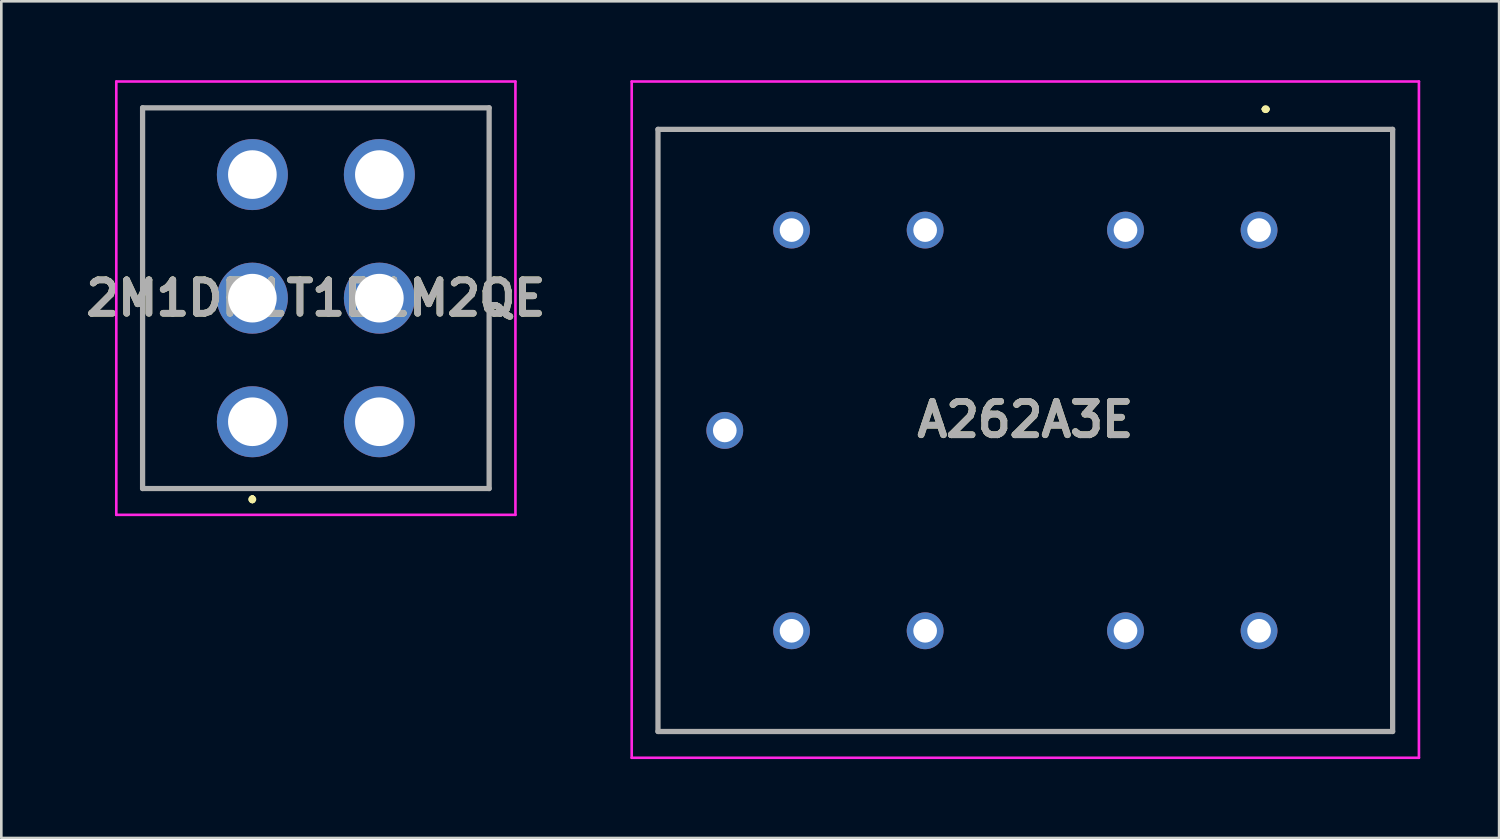
<source format=kicad_pcb>
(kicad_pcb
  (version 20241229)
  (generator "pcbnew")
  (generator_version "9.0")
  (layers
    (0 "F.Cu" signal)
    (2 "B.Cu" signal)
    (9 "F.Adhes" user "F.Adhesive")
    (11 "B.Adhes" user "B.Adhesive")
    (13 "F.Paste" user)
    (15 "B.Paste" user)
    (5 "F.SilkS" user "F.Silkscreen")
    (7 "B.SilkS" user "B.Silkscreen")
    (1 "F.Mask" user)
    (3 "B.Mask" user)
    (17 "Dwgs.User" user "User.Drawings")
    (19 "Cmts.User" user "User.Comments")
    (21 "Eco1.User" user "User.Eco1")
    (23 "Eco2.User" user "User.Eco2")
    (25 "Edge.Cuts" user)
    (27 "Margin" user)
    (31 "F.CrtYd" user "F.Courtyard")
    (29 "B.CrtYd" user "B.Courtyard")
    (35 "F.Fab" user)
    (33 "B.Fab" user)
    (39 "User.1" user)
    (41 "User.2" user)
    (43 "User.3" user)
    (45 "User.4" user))
  (footprint "A262A3E"
    (layer "F.Cu")
    (at 44.835 5.7)
    (property "Reference" "A262A3E" (at -8.89 7.21 0) (layer "F.SilkS") (effects (font (size 1.27 1.27) (thickness 0.254))))
    (attr through_hole)
    (fp_line (start -22.86 -3.83) (end 5.08 -3.83) (stroke (width 0.1) (type solid)) (layer "F.SilkS"))
    (fp_line (start -22.86 19.07) (end -22.86 -3.83) (stroke (width 0.1) (type solid)) (layer "F.SilkS"))
    (fp_line (start 0.2 -4.6) (end 0.2 -4.6) (stroke (width 0.2) (type solid)) (layer "F.SilkS"))
    (fp_line (start 0.2 -4.6) (end 0.2 -4.6) (stroke (width 0.2) (type solid)) (layer "F.SilkS"))
    (fp_line (start 0.3 -4.6) (end 0.3 -4.6) (stroke (width 0.2) (type solid)) (layer "F.SilkS"))
    (fp_line (start 5.08 -3.83) (end 5.08 19.07) (stroke (width 0.1) (type solid)) (layer "F.SilkS"))
    (fp_line (start 5.08 19.07) (end -22.86 19.07) (stroke (width 0.1) (type solid)) (layer "F.SilkS"))
    (fp_arc (start 0.2 -4.6) (mid 0.25 -4.65) (end 0.3 -4.6) (stroke (width 0.2) (type solid)) (layer "F.SilkS"))
    (fp_arc (start 0.3 -4.6) (mid 0.25 -4.55) (end 0.2 -4.6) (stroke (width 0.2) (type solid)) (layer "F.SilkS"))
    (fp_arc (start 0.3 -4.6) (mid 0.25 -4.55) (end 0.2 -4.6) (stroke (width 0.2) (type solid)) (layer "F.SilkS"))
    (fp_line (start -23.86 -5.65) (end 6.08 -5.65) (stroke (width 0.1) (type solid)) (layer "F.CrtYd"))
    (fp_line (start -23.86 20.07) (end -23.86 -5.65) (stroke (width 0.1) (type solid)) (layer "F.CrtYd"))
    (fp_line (start 6.08 -5.65) (end 6.08 20.07) (stroke (width 0.1) (type solid)) (layer "F.CrtYd"))
    (fp_line (start 6.08 20.07) (end -23.86 20.07) (stroke (width 0.1) (type solid)) (layer "F.CrtYd"))
    (fp_line (start -22.86 -3.83) (end -22.86 19.07) (stroke (width 0.2) (type solid)) (layer "F.Fab"))
    (fp_line (start -22.86 19.07) (end 5.08 19.07) (stroke (width 0.2) (type solid)) (layer "F.Fab"))
    (fp_line (start 5.08 -3.83) (end -22.86 -3.83) (stroke (width 0.2) (type solid)) (layer "F.Fab"))
    (fp_line (start 5.08 19.07) (end 5.08 -3.83) (stroke (width 0.2) (type solid)) (layer "F.Fab"))
    (fp_text user "${REFERENCE}" (at -8.89 7.21 0) (layer "F.Fab") (effects (font (size 1.27 1.27) (thickness 0.254))))
    (pad "A1" thru_hole circle (at 0 0) (size 1.4 1.4) (drill 0.9) (layers "*.Cu" "*.Mask"))
    (pad "A2" thru_hole circle (at -5.08 0) (size 1.4 1.4) (drill 0.9) (layers "*.Cu" "*.Mask"))
    (pad "A3" thru_hole circle (at -12.7 0) (size 1.4 1.4) (drill 0.9) (layers "*.Cu" "*.Mask"))
    (pad "A4" thru_hole circle (at -17.78 0) (size 1.4 1.4) (drill 0.9) (layers "*.Cu" "*.Mask"))
    (pad "B1" thru_hole circle (at -17.78 15.24) (size 1.4 1.4) (drill 0.9) (layers "*.Cu" "*.Mask"))
    (pad "B2" thru_hole circle (at -12.7 15.24) (size 1.4 1.4) (drill 0.9) (layers "*.Cu" "*.Mask"))
    (pad "B3" thru_hole circle (at -5.08 15.24) (size 1.4 1.4) (drill 0.9) (layers "*.Cu" "*.Mask"))
    (pad "B4" thru_hole circle (at 0 15.24) (size 1.4 1.4) (drill 0.9) (layers "*.Cu" "*.Mask"))
    (pad "MH1" thru_hole circle (at -20.32 7.62) (size 1.4 1.4) (drill 0.9) (layers "*.Cu" "*.Mask")))
  (footprint "2M1DP1T1B1M2QE"
    (layer "F.Cu")
    (at 6.548 12.99)
    (property "Reference" "2M1DP1T1B1M2QE" (at 2.415 -4.7 0) (layer "F.SilkS") (effects (font (size 1.27 1.27) (thickness 0.254))))
    (attr through_hole)
    (fp_line (start -4.175 -11.94) (end -4.175 2.54) (stroke (width 0.1) (type solid)) (layer "F.SilkS"))
    (fp_line (start -4.175 2.54) (end 9.005 2.54) (stroke (width 0.1) (type solid)) (layer "F.SilkS"))
    (fp_line (start 0 2.9) (end 0 2.9) (stroke (width 0.2) (type solid)) (layer "F.SilkS"))
    (fp_line (start 0 2.9) (end 0 2.9) (stroke (width 0.2) (type solid)) (layer "F.SilkS"))
    (fp_line (start 0 3) (end 0 3) (stroke (width 0.2) (type solid)) (layer "F.SilkS"))
    (fp_line (start 9.005 -11.94) (end -4.175 -11.94) (stroke (width 0.1) (type solid)) (layer "F.SilkS"))
    (fp_line (start 9.005 2.54) (end 9.005 -11.94) (stroke (width 0.1) (type solid)) (layer "F.SilkS"))
    (fp_arc (start 0 2.9) (mid 0.05 2.95) (end 0 3) (stroke (width 0.2) (type solid)) (layer "F.SilkS"))
    (fp_arc (start 0 3) (mid -0.05 2.95) (end 0 2.9) (stroke (width 0.2) (type solid)) (layer "F.SilkS"))
    (fp_arc (start 0 3) (mid -0.05 2.95) (end 0 2.9) (stroke (width 0.2) (type solid)) (layer "F.SilkS"))
    (fp_line (start -5.175 -12.94) (end -5.175 3.54) (stroke (width 0.1) (type solid)) (layer "F.CrtYd"))
    (fp_line (start -5.175 3.54) (end 10.005 3.54) (stroke (width 0.1) (type solid)) (layer "F.CrtYd"))
    (fp_line (start 10.005 -12.94) (end -5.175 -12.94) (stroke (width 0.1) (type solid)) (layer "F.CrtYd"))
    (fp_line (start 10.005 3.54) (end 10.005 -12.94) (stroke (width 0.1) (type solid)) (layer "F.CrtYd"))
    (fp_line (start -4.175 -11.94) (end 9.005 -11.94) (stroke (width 0.2) (type solid)) (layer "F.Fab"))
    (fp_line (start -4.175 2.54) (end -4.175 -11.94) (stroke (width 0.2) (type solid)) (layer "F.Fab"))
    (fp_line (start 9.005 -11.94) (end 9.005 2.54) (stroke (width 0.2) (type solid)) (layer "F.Fab"))
    (fp_line (start 9.005 2.54) (end -4.175 2.54) (stroke (width 0.2) (type solid)) (layer "F.Fab"))
    (fp_text user "${REFERENCE}" (at 2.415 -4.7 0) (layer "F.Fab") (effects (font (size 1.27 1.27) (thickness 0.254))))
    (pad "1" thru_hole circle (at 0 0) (size 2.7 2.7) (drill 1.85) (layers "*.Cu" "*.Mask"))
    (pad "2" thru_hole circle (at 0 -4.7) (size 2.7 2.7) (drill 1.85) (layers "*.Cu" "*.Mask"))
    (pad "3" thru_hole circle (at 0 -9.4) (size 2.7 2.7) (drill 1.85) (layers "*.Cu" "*.Mask"))
    (pad "4" thru_hole circle (at 4.83 0) (size 2.7 2.7) (drill 1.85) (layers "*.Cu" "*.Mask"))
    (pad "5" thru_hole circle (at 4.83 -4.7) (size 2.7 2.7) (drill 1.85) (layers "*.Cu" "*.Mask"))
    (pad "6" thru_hole circle (at 4.83 -9.4) (size 2.7 2.7) (drill 1.85) (layers "*.Cu" "*.Mask")))
  (gr_rect
    (start -3 -3)
    (end 53.965 28.82)
    (stroke (width 0.1) (type default))
    (fill no)
    (layer "Edge.Cuts")))
</source>
